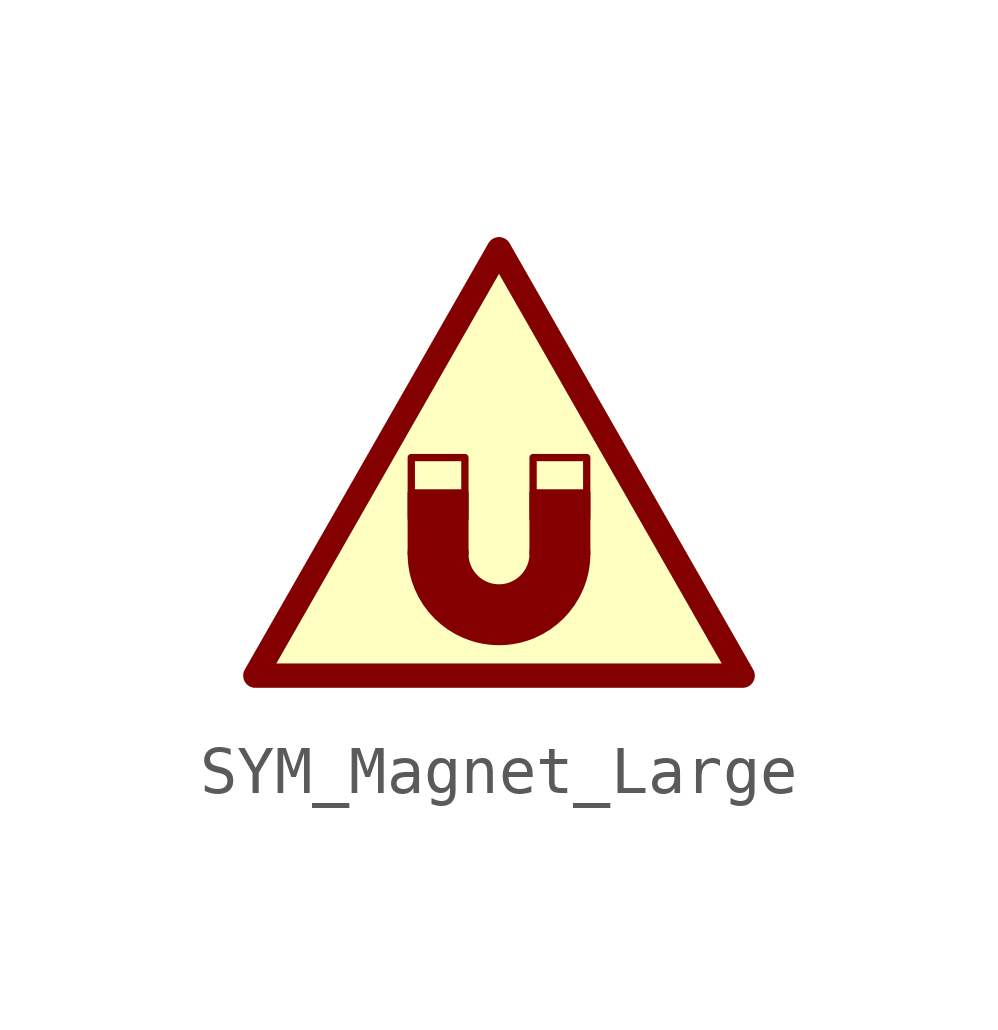
<source format=kicad_sym>
(kicad_symbol_lib
  (version 20201005)
  (generator kicad_symbol_editor)
  (symbol "SYM_Magnet_Large"
    (pin_names
      (offset 1.016) hide)
    (property "Reference" "#SYM"
      (at 0 5.08 0)
      (effects (font (size 1.27 1.27)) hide))
    (symbol "SYM_Magnet_Large_0_1"
      (arc (start -1.27 -2.54) (end 1.27 -2.54) (radius (at 0 -2.54) (length 1.27) (angles -179.9 -0.1)) (stroke (width 1.27)) (fill (type none)))
      (rectangle (start -1.829 -1.27) (end -0.711 -2.54) (stroke (width 0)) (fill (type outline)))
      (rectangle (start 0.711 -1.27) (end 1.829 -2.54) (stroke (width 0)) (fill (type outline)))
      (rectangle (start -1.829 -0.533) (end -0.711 -1.803) (stroke (width 0)) (fill (type background)))
      (rectangle (start 0.711 -0.533) (end 1.829 -1.803) (stroke (width 0)) (fill (type background)))
      (polyline (pts (xy -5.08 -5.08) (xy 5.08 -5.08) (xy 0 3.81) (xy -5.08 -5.08)) (stroke (width 0.508)) (fill (type background))))))
</source>
